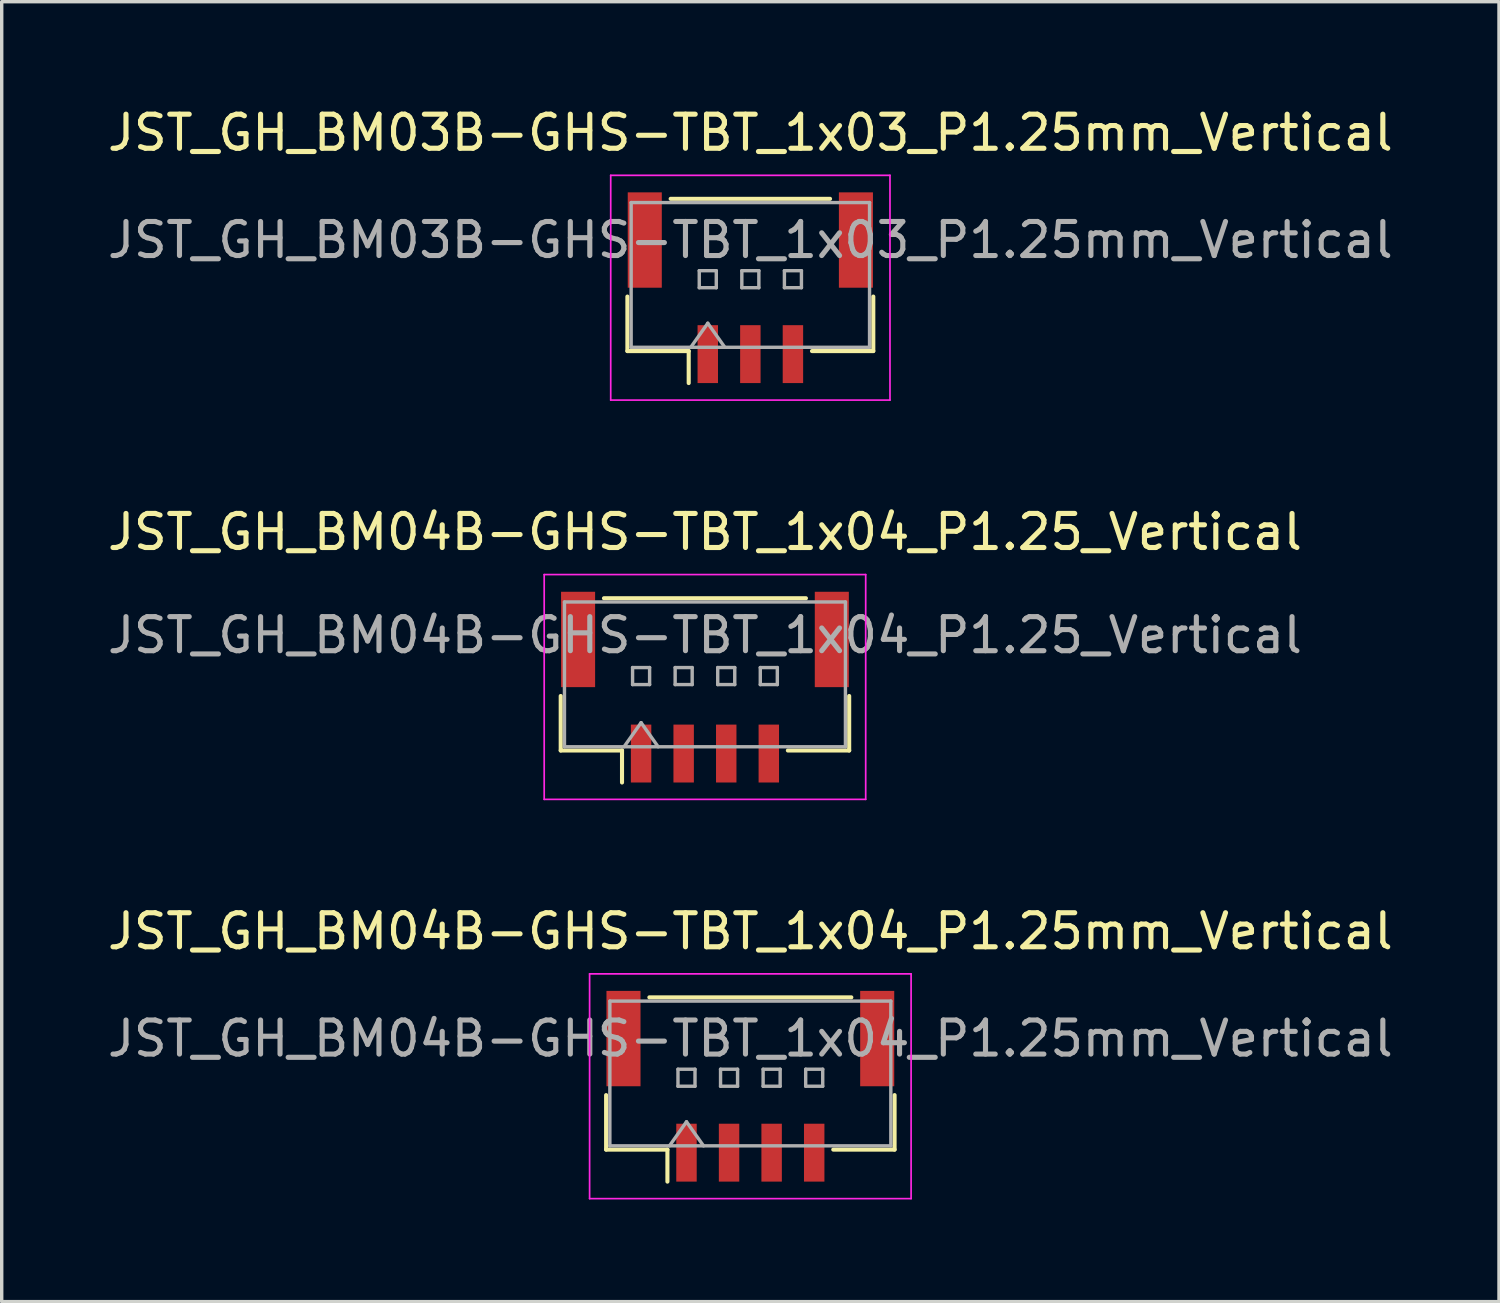
<source format=kicad_pcb>
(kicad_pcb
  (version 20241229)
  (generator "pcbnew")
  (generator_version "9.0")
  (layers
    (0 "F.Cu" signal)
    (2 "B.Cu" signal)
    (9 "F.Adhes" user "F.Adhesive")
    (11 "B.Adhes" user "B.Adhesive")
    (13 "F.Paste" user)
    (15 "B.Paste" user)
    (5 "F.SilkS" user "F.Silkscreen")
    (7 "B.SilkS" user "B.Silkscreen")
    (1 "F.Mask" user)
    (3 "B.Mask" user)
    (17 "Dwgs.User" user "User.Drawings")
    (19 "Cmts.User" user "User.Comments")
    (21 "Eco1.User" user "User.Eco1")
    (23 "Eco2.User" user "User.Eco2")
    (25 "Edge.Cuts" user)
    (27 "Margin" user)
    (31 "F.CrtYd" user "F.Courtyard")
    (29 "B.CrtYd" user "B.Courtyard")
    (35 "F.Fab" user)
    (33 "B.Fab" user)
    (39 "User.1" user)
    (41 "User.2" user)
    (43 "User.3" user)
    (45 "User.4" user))
  (footprint "JST_GH_BM04B-GHS-TBT_1x04_P1.25mm_Vertical"
    (layer "F.Cu")
    (at 18.982 28.845)
    (property "Reference" "JST_GH_BM04B-GHS-TBT_1x04_P1.25mm_Vertical" (at 0 -4.55 0) (layer "F.SilkS") (effects (font (size 1 1) (thickness 0.15))))
    (attr smd)
    (fp_line (start -4.235 0.26) (end -4.235 1.86) (stroke (width 0.12) (type solid)) (layer "F.SilkS"))
    (fp_line (start -4.235 1.86) (end -2.435 1.86) (stroke (width 0.12) (type solid)) (layer "F.SilkS"))
    (fp_line (start -2.965 -2.61) (end 2.965 -2.61) (stroke (width 0.12) (type solid)) (layer "F.SilkS"))
    (fp_line (start -2.435 1.86) (end -2.435 2.8) (stroke (width 0.12) (type solid)) (layer "F.SilkS"))
    (fp_line (start 4.235 0.26) (end 4.235 1.86) (stroke (width 0.12) (type solid)) (layer "F.SilkS"))
    (fp_line (start 4.235 1.86) (end 2.435 1.86) (stroke (width 0.12) (type solid)) (layer "F.SilkS"))
    (fp_line (start -4.72 -3.3) (end -4.72 3.3) (stroke (width 0.05) (type solid)) (layer "F.CrtYd"))
    (fp_line (start -4.72 3.3) (end 4.72 3.3) (stroke (width 0.05) (type solid)) (layer "F.CrtYd"))
    (fp_line (start 4.72 -3.3) (end -4.72 -3.3) (stroke (width 0.05) (type solid)) (layer "F.CrtYd"))
    (fp_line (start 4.72 3.3) (end 4.72 -3.3) (stroke (width 0.05) (type solid)) (layer "F.CrtYd"))
    (fp_line (start -4.125 -2.5) (end -4.125 1.75) (stroke (width 0.1) (type solid)) (layer "F.Fab"))
    (fp_line (start -4.125 1.75) (end 4.125 1.75) (stroke (width 0.1) (type solid)) (layer "F.Fab"))
    (fp_line (start -2.375 1.75) (end -1.875 1.043) (stroke (width 0.1) (type solid)) (layer "F.Fab"))
    (fp_line (start -2.125 -0.5) (end -2.125 0) (stroke (width 0.1) (type solid)) (layer "F.Fab"))
    (fp_line (start -2.125 0) (end -1.625 0) (stroke (width 0.1) (type solid)) (layer "F.Fab"))
    (fp_line (start -1.875 1.043) (end -1.375 1.75) (stroke (width 0.1) (type solid)) (layer "F.Fab"))
    (fp_line (start -1.625 -0.5) (end -2.125 -0.5) (stroke (width 0.1) (type solid)) (layer "F.Fab"))
    (fp_line (start -1.625 0) (end -1.625 -0.5) (stroke (width 0.1) (type solid)) (layer "F.Fab"))
    (fp_line (start -0.875 -0.5) (end -0.875 0) (stroke (width 0.1) (type solid)) (layer "F.Fab"))
    (fp_line (start -0.875 0) (end -0.375 0) (stroke (width 0.1) (type solid)) (layer "F.Fab"))
    (fp_line (start -0.375 -0.5) (end -0.875 -0.5) (stroke (width 0.1) (type solid)) (layer "F.Fab"))
    (fp_line (start -0.375 0) (end -0.375 -0.5) (stroke (width 0.1) (type solid)) (layer "F.Fab"))
    (fp_line (start 0.375 -0.5) (end 0.375 0) (stroke (width 0.1) (type solid)) (layer "F.Fab"))
    (fp_line (start 0.375 0) (end 0.875 0) (stroke (width 0.1) (type solid)) (layer "F.Fab"))
    (fp_line (start 0.875 -0.5) (end 0.375 -0.5) (stroke (width 0.1) (type solid)) (layer "F.Fab"))
    (fp_line (start 0.875 0) (end 0.875 -0.5) (stroke (width 0.1) (type solid)) (layer "F.Fab"))
    (fp_line (start 1.625 -0.5) (end 1.625 0) (stroke (width 0.1) (type solid)) (layer "F.Fab"))
    (fp_line (start 1.625 0) (end 2.125 0) (stroke (width 0.1) (type solid)) (layer "F.Fab"))
    (fp_line (start 2.125 -0.5) (end 1.625 -0.5) (stroke (width 0.1) (type solid)) (layer "F.Fab"))
    (fp_line (start 2.125 0) (end 2.125 -0.5) (stroke (width 0.1) (type solid)) (layer "F.Fab"))
    (fp_line (start 4.125 -2.5) (end -4.125 -2.5) (stroke (width 0.1) (type solid)) (layer "F.Fab"))
    (fp_line (start 4.125 1.75) (end 4.125 -2.5) (stroke (width 0.1) (type solid)) (layer "F.Fab"))
    (fp_text user "${REFERENCE}" (at 0 -1.4 0) (layer "F.Fab") (effects (font (size 1 1) (thickness 0.15))))
    (pad "" smd rect (at -3.725 -1.4) (size 1 2.8) (layers "F.Cu" "F.Mask" "F.Paste"))
    (pad "" smd rect (at 3.725 -1.4) (size 1 2.8) (layers "F.Cu" "F.Mask" "F.Paste"))
    (pad "1" smd rect (at -1.875 1.95) (size 0.6 1.7) (layers "F.Cu" "F.Mask" "F.Paste"))
    (pad "2" smd rect (at -0.625 1.95) (size 0.6 1.7) (layers "F.Cu" "F.Mask" "F.Paste"))
    (pad "3" smd rect (at 0.625 1.95) (size 0.6 1.7) (layers "F.Cu" "F.Mask" "F.Paste"))
    (pad "4" smd rect (at 1.875 1.95) (size 0.6 1.7) (layers "F.Cu" "F.Mask" "F.Paste")))
  (footprint "JST_GH_BM03B-GHS-TBT_1x03_P1.25mm_Vertical"
    (layer "F.Cu")
    (at 18.982 5.398)
    (property "Reference" "JST_GH_BM03B-GHS-TBT_1x03_P1.25mm_Vertical" (at 0 -4.55 0) (layer "F.SilkS") (effects (font (size 1 1) (thickness 0.15))))
    (attr smd)
    (fp_line (start -3.61 0.26) (end -3.61 1.86) (stroke (width 0.12) (type solid)) (layer "F.SilkS"))
    (fp_line (start -3.61 1.86) (end -1.81 1.86) (stroke (width 0.12) (type solid)) (layer "F.SilkS"))
    (fp_line (start -2.34 -2.61) (end 2.34 -2.61) (stroke (width 0.12) (type solid)) (layer "F.SilkS"))
    (fp_line (start -1.81 1.86) (end -1.81 2.8) (stroke (width 0.12) (type solid)) (layer "F.SilkS"))
    (fp_line (start 3.61 0.26) (end 3.61 1.86) (stroke (width 0.12) (type solid)) (layer "F.SilkS"))
    (fp_line (start 3.61 1.86) (end 1.81 1.86) (stroke (width 0.12) (type solid)) (layer "F.SilkS"))
    (fp_line (start -4.1 -3.3) (end -4.1 3.3) (stroke (width 0.05) (type solid)) (layer "F.CrtYd"))
    (fp_line (start -4.1 3.3) (end 4.1 3.3) (stroke (width 0.05) (type solid)) (layer "F.CrtYd"))
    (fp_line (start 4.1 -3.3) (end -4.1 -3.3) (stroke (width 0.05) (type solid)) (layer "F.CrtYd"))
    (fp_line (start 4.1 3.3) (end 4.1 -3.3) (stroke (width 0.05) (type solid)) (layer "F.CrtYd"))
    (fp_line (start -3.5 -2.5) (end -3.5 1.75) (stroke (width 0.1) (type solid)) (layer "F.Fab"))
    (fp_line (start -3.5 1.75) (end 3.5 1.75) (stroke (width 0.1) (type solid)) (layer "F.Fab"))
    (fp_line (start -1.75 1.75) (end -1.25 1.043) (stroke (width 0.1) (type solid)) (layer "F.Fab"))
    (fp_line (start -1.5 -0.5) (end -1.5 0) (stroke (width 0.1) (type solid)) (layer "F.Fab"))
    (fp_line (start -1.5 0) (end -1 0) (stroke (width 0.1) (type solid)) (layer "F.Fab"))
    (fp_line (start -1.25 1.043) (end -0.75 1.75) (stroke (width 0.1) (type solid)) (layer "F.Fab"))
    (fp_line (start -1 -0.5) (end -1.5 -0.5) (stroke (width 0.1) (type solid)) (layer "F.Fab"))
    (fp_line (start -1 0) (end -1 -0.5) (stroke (width 0.1) (type solid)) (layer "F.Fab"))
    (fp_line (start -0.25 -0.5) (end -0.25 0) (stroke (width 0.1) (type solid)) (layer "F.Fab"))
    (fp_line (start -0.25 0) (end 0.25 0) (stroke (width 0.1) (type solid)) (layer "F.Fab"))
    (fp_line (start 0.25 -0.5) (end -0.25 -0.5) (stroke (width 0.1) (type solid)) (layer "F.Fab"))
    (fp_line (start 0.25 0) (end 0.25 -0.5) (stroke (width 0.1) (type solid)) (layer "F.Fab"))
    (fp_line (start 1 -0.5) (end 1 0) (stroke (width 0.1) (type solid)) (layer "F.Fab"))
    (fp_line (start 1 0) (end 1.5 0) (stroke (width 0.1) (type solid)) (layer "F.Fab"))
    (fp_line (start 1.5 -0.5) (end 1 -0.5) (stroke (width 0.1) (type solid)) (layer "F.Fab"))
    (fp_line (start 1.5 0) (end 1.5 -0.5) (stroke (width 0.1) (type solid)) (layer "F.Fab"))
    (fp_line (start 3.5 -2.5) (end -3.5 -2.5) (stroke (width 0.1) (type solid)) (layer "F.Fab"))
    (fp_line (start 3.5 1.75) (end 3.5 -2.5) (stroke (width 0.1) (type solid)) (layer "F.Fab"))
    (fp_text user "${REFERENCE}" (at 0 -1.4 0) (layer "F.Fab") (effects (font (size 1 1) (thickness 0.15))))
    (pad "" smd rect (at -3.1 -1.4) (size 1 2.8) (layers "F.Cu" "F.Mask" "F.Paste"))
    (pad "" smd rect (at 3.1 -1.4) (size 1 2.8) (layers "F.Cu" "F.Mask" "F.Paste"))
    (pad "1" smd rect (at -1.25 1.95) (size 0.6 1.7) (layers "F.Cu" "F.Mask" "F.Paste"))
    (pad "2" smd rect (at 0 1.95) (size 0.6 1.7) (layers "F.Cu" "F.Mask" "F.Paste"))
    (pad "3" smd rect (at 1.25 1.95) (size 0.6 1.7) (layers "F.Cu" "F.Mask" "F.Paste")))
  (footprint "JST_GH_BM04B-GHS-TBT_1x04_P1.25_Vertical"
    (layer "F.Cu")
    (at 17.649 17.401)
    (property "Reference" "JST_GH_BM04B-GHS-TBT_1x04_P1.25_Vertical" (at 0 -4.83 0) (layer "F.SilkS") (effects (font (size 1 1) (thickness 0.15))))
    (attr smd)
    (fp_line (start -4.235 -0.015) (end -4.235 1.585) (stroke (width 0.12) (type solid)) (layer "F.SilkS"))
    (fp_line (start -4.235 1.585) (end -2.435 1.585) (stroke (width 0.12) (type solid)) (layer "F.SilkS"))
    (fp_line (start -2.965 -2.885) (end 2.965 -2.885) (stroke (width 0.12) (type solid)) (layer "F.SilkS"))
    (fp_line (start -2.435 1.585) (end -2.435 2.525) (stroke (width 0.12) (type solid)) (layer "F.SilkS"))
    (fp_line (start 4.235 -0.015) (end 4.235 1.585) (stroke (width 0.12) (type solid)) (layer "F.SilkS"))
    (fp_line (start 4.235 1.585) (end 2.435 1.585) (stroke (width 0.12) (type solid)) (layer "F.SilkS"))
    (fp_line (start -4.72 -3.58) (end -4.72 3.02) (stroke (width 0.05) (type solid)) (layer "F.CrtYd"))
    (fp_line (start -4.72 3.02) (end 4.72 3.02) (stroke (width 0.05) (type solid)) (layer "F.CrtYd"))
    (fp_line (start 4.72 -3.58) (end -4.72 -3.58) (stroke (width 0.05) (type solid)) (layer "F.CrtYd"))
    (fp_line (start 4.72 3.02) (end 4.72 -3.58) (stroke (width 0.05) (type solid)) (layer "F.CrtYd"))
    (fp_line (start -4.125 -2.775) (end -4.125 1.475) (stroke (width 0.1) (type solid)) (layer "F.Fab"))
    (fp_line (start -4.125 1.475) (end 4.125 1.475) (stroke (width 0.1) (type solid)) (layer "F.Fab"))
    (fp_line (start -2.375 1.475) (end -1.875 0.768) (stroke (width 0.1) (type solid)) (layer "F.Fab"))
    (fp_line (start -2.125 -0.85) (end -2.125 -0.35) (stroke (width 0.1) (type solid)) (layer "F.Fab"))
    (fp_line (start -2.125 -0.35) (end -1.625 -0.35) (stroke (width 0.1) (type solid)) (layer "F.Fab"))
    (fp_line (start -1.875 0.768) (end -1.375 1.475) (stroke (width 0.1) (type solid)) (layer "F.Fab"))
    (fp_line (start -1.625 -0.85) (end -2.125 -0.85) (stroke (width 0.1) (type solid)) (layer "F.Fab"))
    (fp_line (start -1.625 -0.35) (end -1.625 -0.85) (stroke (width 0.1) (type solid)) (layer "F.Fab"))
    (fp_line (start -0.875 -0.85) (end -0.875 -0.35) (stroke (width 0.1) (type solid)) (layer "F.Fab"))
    (fp_line (start -0.875 -0.35) (end -0.375 -0.35) (stroke (width 0.1) (type solid)) (layer "F.Fab"))
    (fp_line (start -0.375 -0.85) (end -0.875 -0.85) (stroke (width 0.1) (type solid)) (layer "F.Fab"))
    (fp_line (start -0.375 -0.35) (end -0.375 -0.85) (stroke (width 0.1) (type solid)) (layer "F.Fab"))
    (fp_line (start 0.375 -0.85) (end 0.375 -0.35) (stroke (width 0.1) (type solid)) (layer "F.Fab"))
    (fp_line (start 0.375 -0.35) (end 0.875 -0.35) (stroke (width 0.1) (type solid)) (layer "F.Fab"))
    (fp_line (start 0.875 -0.85) (end 0.375 -0.85) (stroke (width 0.1) (type solid)) (layer "F.Fab"))
    (fp_line (start 0.875 -0.35) (end 0.875 -0.85) (stroke (width 0.1) (type solid)) (layer "F.Fab"))
    (fp_line (start 1.625 -0.85) (end 1.625 -0.35) (stroke (width 0.1) (type solid)) (layer "F.Fab"))
    (fp_line (start 1.625 -0.35) (end 2.125 -0.35) (stroke (width 0.1) (type solid)) (layer "F.Fab"))
    (fp_line (start 2.125 -0.85) (end 1.625 -0.85) (stroke (width 0.1) (type solid)) (layer "F.Fab"))
    (fp_line (start 2.125 -0.35) (end 2.125 -0.85) (stroke (width 0.1) (type solid)) (layer "F.Fab"))
    (fp_line (start 4.125 -2.775) (end -4.125 -2.775) (stroke (width 0.1) (type solid)) (layer "F.Fab"))
    (fp_line (start 4.125 1.475) (end 4.125 -2.775) (stroke (width 0.1) (type solid)) (layer "F.Fab"))
    (fp_text user "${REFERENCE}" (at 0 -1.8 0) (layer "F.Fab") (effects (font (size 1 1) (thickness 0.15))))
    (pad "" smd rect (at -3.725 -1.675) (size 1 2.8) (layers "F.Cu" "F.Mask" "F.Paste"))
    (pad "" smd rect (at 3.725 -1.675) (size 1 2.8) (layers "F.Cu" "F.Mask" "F.Paste"))
    (pad "1" smd rect (at -1.875 1.675) (size 0.6 1.7) (layers "F.Cu" "F.Mask" "F.Paste"))
    (pad "2" smd rect (at -0.625 1.675) (size 0.6 1.7) (layers "F.Cu" "F.Mask" "F.Paste"))
    (pad "3" smd rect (at 0.625 1.675) (size 0.6 1.7) (layers "F.Cu" "F.Mask" "F.Paste"))
    (pad "4" smd rect (at 1.875 1.675) (size 0.6 1.7) (layers "F.Cu" "F.Mask" "F.Paste")))
  (gr_rect
    (start -3 -3)
    (end 40.964 35.17)
    (stroke (width 0.1) (type default))
    (fill no)
    (layer "Edge.Cuts")))
</source>
